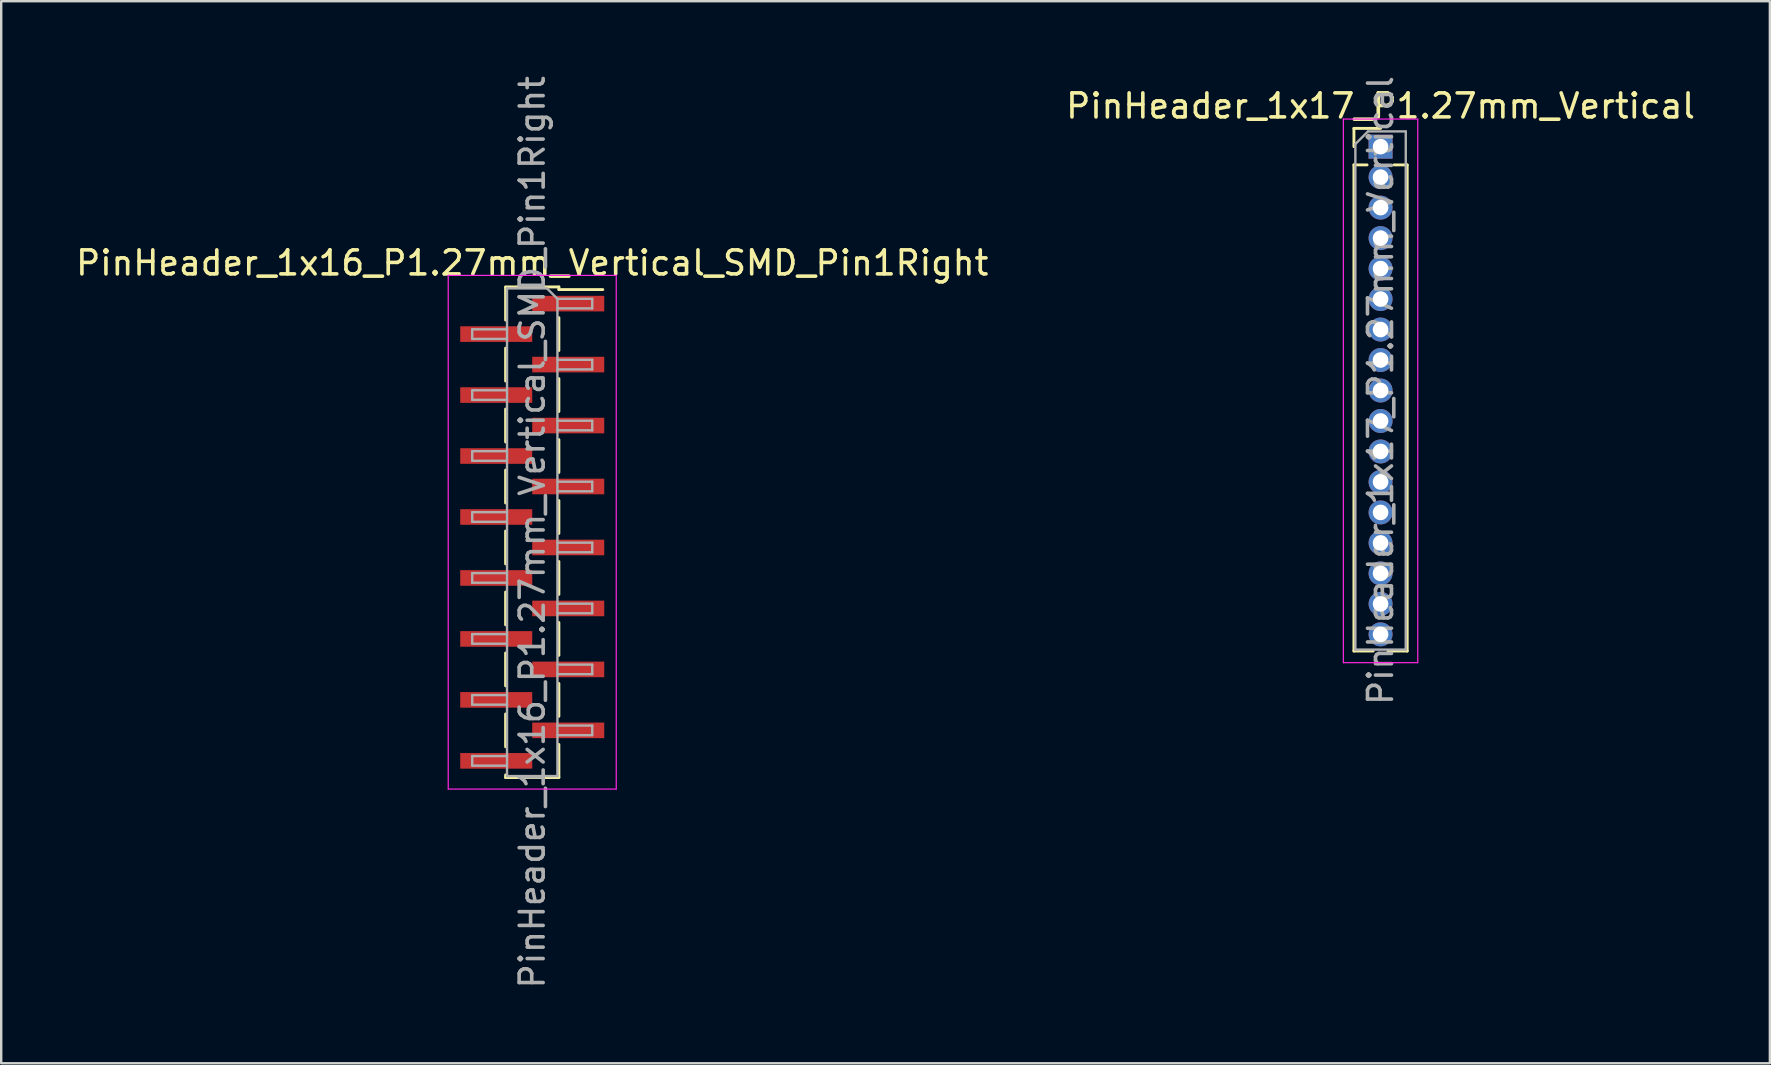
<source format=kicad_pcb>
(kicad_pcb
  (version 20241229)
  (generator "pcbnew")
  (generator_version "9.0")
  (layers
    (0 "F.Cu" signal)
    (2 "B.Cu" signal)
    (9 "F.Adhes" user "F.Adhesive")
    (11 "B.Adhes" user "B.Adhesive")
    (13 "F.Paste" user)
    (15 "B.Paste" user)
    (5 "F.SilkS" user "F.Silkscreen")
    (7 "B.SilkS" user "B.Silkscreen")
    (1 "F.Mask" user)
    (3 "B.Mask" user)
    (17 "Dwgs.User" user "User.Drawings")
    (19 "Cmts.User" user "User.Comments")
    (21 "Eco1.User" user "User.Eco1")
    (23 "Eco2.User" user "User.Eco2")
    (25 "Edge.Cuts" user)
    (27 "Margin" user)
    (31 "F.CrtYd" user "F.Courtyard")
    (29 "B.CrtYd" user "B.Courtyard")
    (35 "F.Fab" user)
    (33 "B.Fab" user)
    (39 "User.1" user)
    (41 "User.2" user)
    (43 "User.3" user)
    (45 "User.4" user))
  (footprint "PinHeader_1x16_P1.27mm_Vertical_SMD_Pin1Right"
    (layer "F.Cu")
    (at 19.125 19.125)
    (property "Reference" "PinHeader_1x16_P1.27mm_Vertical_SMD_Pin1Right" (at 0 -11.22 0) (layer "F.SilkS") (effects (font (size 1 1) (thickness 0.15))))
    (attr smd)
    (fp_line (start -1.11 -10.22) (end 1.11 -10.22) (stroke (width 0.12) (type solid)) (layer "F.SilkS"))
    (fp_line (start -1.11 -10.21) (end -1.11 -8.84) (stroke (width 0.12) (type solid)) (layer "F.SilkS"))
    (fp_line (start -1.11 -7.67) (end -1.11 -6.3) (stroke (width 0.12) (type solid)) (layer "F.SilkS"))
    (fp_line (start -1.11 -5.13) (end -1.11 -3.76) (stroke (width 0.12) (type solid)) (layer "F.SilkS"))
    (fp_line (start -1.11 -2.59) (end -1.11 -1.22) (stroke (width 0.12) (type solid)) (layer "F.SilkS"))
    (fp_line (start -1.11 -0.05) (end -1.11 1.32) (stroke (width 0.12) (type solid)) (layer "F.SilkS"))
    (fp_line (start -1.11 2.49) (end -1.11 3.86) (stroke (width 0.12) (type solid)) (layer "F.SilkS"))
    (fp_line (start -1.11 5.03) (end -1.11 6.4) (stroke (width 0.12) (type solid)) (layer "F.SilkS"))
    (fp_line (start -1.11 7.57) (end -1.11 8.94) (stroke (width 0.12) (type solid)) (layer "F.SilkS"))
    (fp_line (start -1.11 10.11) (end -1.11 10.22) (stroke (width 0.12) (type solid)) (layer "F.SilkS"))
    (fp_line (start -1.11 10.22) (end 1.11 10.22) (stroke (width 0.12) (type solid)) (layer "F.SilkS"))
    (fp_line (start 1.11 -10.22) (end 1.11 -10.11) (stroke (width 0.12) (type solid)) (layer "F.SilkS"))
    (fp_line (start 1.11 -10.11) (end 2.94 -10.11) (stroke (width 0.12) (type solid)) (layer "F.SilkS"))
    (fp_line (start 1.11 -8.94) (end 1.11 -7.57) (stroke (width 0.12) (type solid)) (layer "F.SilkS"))
    (fp_line (start 1.11 -6.4) (end 1.11 -5.03) (stroke (width 0.12) (type solid)) (layer "F.SilkS"))
    (fp_line (start 1.11 -3.86) (end 1.11 -2.49) (stroke (width 0.12) (type solid)) (layer "F.SilkS"))
    (fp_line (start 1.11 -1.32) (end 1.11 0.05) (stroke (width 0.12) (type solid)) (layer "F.SilkS"))
    (fp_line (start 1.11 1.22) (end 1.11 2.59) (stroke (width 0.12) (type solid)) (layer "F.SilkS"))
    (fp_line (start 1.11 3.76) (end 1.11 5.13) (stroke (width 0.12) (type solid)) (layer "F.SilkS"))
    (fp_line (start 1.11 6.3) (end 1.11 7.67) (stroke (width 0.12) (type solid)) (layer "F.SilkS"))
    (fp_line (start 1.11 8.84) (end 1.11 10.21) (stroke (width 0.12) (type solid)) (layer "F.SilkS"))
    (fp_line (start -3.5 -10.7) (end -3.5 10.7) (stroke (width 0.05) (type solid)) (layer "F.CrtYd"))
    (fp_line (start -3.5 10.7) (end 3.5 10.7) (stroke (width 0.05) (type solid)) (layer "F.CrtYd"))
    (fp_line (start 3.5 -10.7) (end -3.5 -10.7) (stroke (width 0.05) (type solid)) (layer "F.CrtYd"))
    (fp_line (start 3.5 10.7) (end 3.5 -10.7) (stroke (width 0.05) (type solid)) (layer "F.CrtYd"))
    (fp_line (start -2.5 -8.455) (end -2.5 -8.055) (stroke (width 0.1) (type solid)) (layer "F.Fab"))
    (fp_line (start -2.5 -8.055) (end -1.05 -8.055) (stroke (width 0.1) (type solid)) (layer "F.Fab"))
    (fp_line (start -2.5 -5.915) (end -2.5 -5.515) (stroke (width 0.1) (type solid)) (layer "F.Fab"))
    (fp_line (start -2.5 -5.515) (end -1.05 -5.515) (stroke (width 0.1) (type solid)) (layer "F.Fab"))
    (fp_line (start -2.5 -3.375) (end -2.5 -2.975) (stroke (width 0.1) (type solid)) (layer "F.Fab"))
    (fp_line (start -2.5 -2.975) (end -1.05 -2.975) (stroke (width 0.1) (type solid)) (layer "F.Fab"))
    (fp_line (start -2.5 -0.835) (end -2.5 -0.435) (stroke (width 0.1) (type solid)) (layer "F.Fab"))
    (fp_line (start -2.5 -0.435) (end -1.05 -0.435) (stroke (width 0.1) (type solid)) (layer "F.Fab"))
    (fp_line (start -2.5 1.705) (end -2.5 2.105) (stroke (width 0.1) (type solid)) (layer "F.Fab"))
    (fp_line (start -2.5 2.105) (end -1.05 2.105) (stroke (width 0.1) (type solid)) (layer "F.Fab"))
    (fp_line (start -2.5 4.245) (end -2.5 4.645) (stroke (width 0.1) (type solid)) (layer "F.Fab"))
    (fp_line (start -2.5 4.645) (end -1.05 4.645) (stroke (width 0.1) (type solid)) (layer "F.Fab"))
    (fp_line (start -2.5 6.785) (end -2.5 7.185) (stroke (width 0.1) (type solid)) (layer "F.Fab"))
    (fp_line (start -2.5 7.185) (end -1.05 7.185) (stroke (width 0.1) (type solid)) (layer "F.Fab"))
    (fp_line (start -2.5 9.325) (end -2.5 9.725) (stroke (width 0.1) (type solid)) (layer "F.Fab"))
    (fp_line (start -2.5 9.725) (end -1.05 9.725) (stroke (width 0.1) (type solid)) (layer "F.Fab"))
    (fp_line (start -1.05 -10.16) (end -1.05 10.16) (stroke (width 0.1) (type solid)) (layer "F.Fab"))
    (fp_line (start -1.05 -10.16) (end 0.615 -10.16) (stroke (width 0.1) (type solid)) (layer "F.Fab"))
    (fp_line (start -1.05 -8.455) (end -2.5 -8.455) (stroke (width 0.1) (type solid)) (layer "F.Fab"))
    (fp_line (start -1.05 -5.915) (end -2.5 -5.915) (stroke (width 0.1) (type solid)) (layer "F.Fab"))
    (fp_line (start -1.05 -3.375) (end -2.5 -3.375) (stroke (width 0.1) (type solid)) (layer "F.Fab"))
    (fp_line (start -1.05 -0.835) (end -2.5 -0.835) (stroke (width 0.1) (type solid)) (layer "F.Fab"))
    (fp_line (start -1.05 1.705) (end -2.5 1.705) (stroke (width 0.1) (type solid)) (layer "F.Fab"))
    (fp_line (start -1.05 4.245) (end -2.5 4.245) (stroke (width 0.1) (type solid)) (layer "F.Fab"))
    (fp_line (start -1.05 6.785) (end -2.5 6.785) (stroke (width 0.1) (type solid)) (layer "F.Fab"))
    (fp_line (start -1.05 9.325) (end -2.5 9.325) (stroke (width 0.1) (type solid)) (layer "F.Fab"))
    (fp_line (start 1.05 -9.725) (end 0.615 -10.16) (stroke (width 0.1) (type solid)) (layer "F.Fab"))
    (fp_line (start 1.05 -9.725) (end 2.5 -9.725) (stroke (width 0.1) (type solid)) (layer "F.Fab"))
    (fp_line (start 1.05 -7.185) (end 2.5 -7.185) (stroke (width 0.1) (type solid)) (layer "F.Fab"))
    (fp_line (start 1.05 -4.645) (end 2.5 -4.645) (stroke (width 0.1) (type solid)) (layer "F.Fab"))
    (fp_line (start 1.05 -2.105) (end 2.5 -2.105) (stroke (width 0.1) (type solid)) (layer "F.Fab"))
    (fp_line (start 1.05 0.435) (end 2.5 0.435) (stroke (width 0.1) (type solid)) (layer "F.Fab"))
    (fp_line (start 1.05 2.975) (end 2.5 2.975) (stroke (width 0.1) (type solid)) (layer "F.Fab"))
    (fp_line (start 1.05 5.515) (end 2.5 5.515) (stroke (width 0.1) (type solid)) (layer "F.Fab"))
    (fp_line (start 1.05 8.055) (end 2.5 8.055) (stroke (width 0.1) (type solid)) (layer "F.Fab"))
    (fp_line (start 1.05 10.16) (end -1.05 10.16) (stroke (width 0.1) (type solid)) (layer "F.Fab"))
    (fp_line (start 1.05 10.16) (end 1.05 -9.725) (stroke (width 0.1) (type solid)) (layer "F.Fab"))
    (fp_line (start 2.5 -9.725) (end 2.5 -9.325) (stroke (width 0.1) (type solid)) (layer "F.Fab"))
    (fp_line (start 2.5 -9.325) (end 1.05 -9.325) (stroke (width 0.1) (type solid)) (layer "F.Fab"))
    (fp_line (start 2.5 -7.185) (end 2.5 -6.785) (stroke (width 0.1) (type solid)) (layer "F.Fab"))
    (fp_line (start 2.5 -6.785) (end 1.05 -6.785) (stroke (width 0.1) (type solid)) (layer "F.Fab"))
    (fp_line (start 2.5 -4.645) (end 2.5 -4.245) (stroke (width 0.1) (type solid)) (layer "F.Fab"))
    (fp_line (start 2.5 -4.245) (end 1.05 -4.245) (stroke (width 0.1) (type solid)) (layer "F.Fab"))
    (fp_line (start 2.5 -2.105) (end 2.5 -1.705) (stroke (width 0.1) (type solid)) (layer "F.Fab"))
    (fp_line (start 2.5 -1.705) (end 1.05 -1.705) (stroke (width 0.1) (type solid)) (layer "F.Fab"))
    (fp_line (start 2.5 0.435) (end 2.5 0.835) (stroke (width 0.1) (type solid)) (layer "F.Fab"))
    (fp_line (start 2.5 0.835) (end 1.05 0.835) (stroke (width 0.1) (type solid)) (layer "F.Fab"))
    (fp_line (start 2.5 2.975) (end 2.5 3.375) (stroke (width 0.1) (type solid)) (layer "F.Fab"))
    (fp_line (start 2.5 3.375) (end 1.05 3.375) (stroke (width 0.1) (type solid)) (layer "F.Fab"))
    (fp_line (start 2.5 5.515) (end 2.5 5.915) (stroke (width 0.1) (type solid)) (layer "F.Fab"))
    (fp_line (start 2.5 5.915) (end 1.05 5.915) (stroke (width 0.1) (type solid)) (layer "F.Fab"))
    (fp_line (start 2.5 8.055) (end 2.5 8.455) (stroke (width 0.1) (type solid)) (layer "F.Fab"))
    (fp_line (start 2.5 8.455) (end 1.05 8.455) (stroke (width 0.1) (type solid)) (layer "F.Fab"))
    (fp_text user "${REFERENCE}" (at 0 0 90) (layer "F.Fab") (effects (font (size 1 1) (thickness 0.15))))
    (pad "1" smd rect (at 1.5 -9.525) (size 3 0.65) (layers "F.Cu" "F.Mask" "F.Paste"))
    (pad "2" smd rect (at -1.5 -8.255) (size 3 0.65) (layers "F.Cu" "F.Mask" "F.Paste"))
    (pad "3" smd rect (at 1.5 -6.985) (size 3 0.65) (layers "F.Cu" "F.Mask" "F.Paste"))
    (pad "4" smd rect (at -1.5 -5.715) (size 3 0.65) (layers "F.Cu" "F.Mask" "F.Paste"))
    (pad "5" smd rect (at 1.5 -4.445) (size 3 0.65) (layers "F.Cu" "F.Mask" "F.Paste"))
    (pad "6" smd rect (at -1.5 -3.175) (size 3 0.65) (layers "F.Cu" "F.Mask" "F.Paste"))
    (pad "7" smd rect (at 1.5 -1.905) (size 3 0.65) (layers "F.Cu" "F.Mask" "F.Paste"))
    (pad "8" smd rect (at -1.5 -0.635) (size 3 0.65) (layers "F.Cu" "F.Mask" "F.Paste"))
    (pad "9" smd rect (at 1.5 0.635) (size 3 0.65) (layers "F.Cu" "F.Mask" "F.Paste"))
    (pad "10" smd rect (at -1.5 1.905) (size 3 0.65) (layers "F.Cu" "F.Mask" "F.Paste"))
    (pad "11" smd rect (at 1.5 3.175) (size 3 0.65) (layers "F.Cu" "F.Mask" "F.Paste"))
    (pad "12" smd rect (at -1.5 4.445) (size 3 0.65) (layers "F.Cu" "F.Mask" "F.Paste"))
    (pad "13" smd rect (at 1.5 5.715) (size 3 0.65) (layers "F.Cu" "F.Mask" "F.Paste"))
    (pad "14" smd rect (at -1.5 6.985) (size 3 0.65) (layers "F.Cu" "F.Mask" "F.Paste"))
    (pad "15" smd rect (at 1.5 8.255) (size 3 0.65) (layers "F.Cu" "F.Mask" "F.Paste"))
    (pad "16" smd rect (at -1.5 9.525) (size 3 0.65) (layers "F.Cu" "F.Mask" "F.Paste")))
  (footprint "PinHeader_1x17_P1.27mm_Vertical"
    (layer "F.Cu")
    (at 54.47 3.06)
    (property "Reference" "PinHeader_1x17_P1.27mm_Vertical" (at 0 -1.695 0) (layer "F.SilkS") (effects (font (size 1 1) (thickness 0.15))))
    (attr through_hole)
    (fp_line (start -1.11 -0.76) (end 0 -0.76) (stroke (width 0.12) (type solid)) (layer "F.SilkS"))
    (fp_line (start -1.11 0) (end -1.11 -0.76) (stroke (width 0.12) (type solid)) (layer "F.SilkS"))
    (fp_line (start -1.11 0.76) (end -1.11 21.015) (stroke (width 0.12) (type solid)) (layer "F.SilkS"))
    (fp_line (start -1.11 0.76) (end -0.563 0.76) (stroke (width 0.12) (type solid)) (layer "F.SilkS"))
    (fp_line (start -1.11 21.015) (end -0.308 21.015) (stroke (width 0.12) (type solid)) (layer "F.SilkS"))
    (fp_line (start 0.308 21.015) (end 1.11 21.015) (stroke (width 0.12) (type solid)) (layer "F.SilkS"))
    (fp_line (start 0.563 0.76) (end 1.11 0.76) (stroke (width 0.12) (type solid)) (layer "F.SilkS"))
    (fp_line (start 1.11 0.76) (end 1.11 21.015) (stroke (width 0.12) (type solid)) (layer "F.SilkS"))
    (fp_line (start -1.55 -1.15) (end -1.55 21.5) (stroke (width 0.05) (type solid)) (layer "F.CrtYd"))
    (fp_line (start -1.55 21.5) (end 1.55 21.5) (stroke (width 0.05) (type solid)) (layer "F.CrtYd"))
    (fp_line (start 1.55 -1.15) (end -1.55 -1.15) (stroke (width 0.05) (type solid)) (layer "F.CrtYd"))
    (fp_line (start 1.55 21.5) (end 1.55 -1.15) (stroke (width 0.05) (type solid)) (layer "F.CrtYd"))
    (fp_line (start -1.05 -0.11) (end -0.525 -0.635) (stroke (width 0.1) (type solid)) (layer "F.Fab"))
    (fp_line (start -1.05 20.955) (end -1.05 -0.11) (stroke (width 0.1) (type solid)) (layer "F.Fab"))
    (fp_line (start -0.525 -0.635) (end 1.05 -0.635) (stroke (width 0.1) (type solid)) (layer "F.Fab"))
    (fp_line (start 1.05 -0.635) (end 1.05 20.955) (stroke (width 0.1) (type solid)) (layer "F.Fab"))
    (fp_line (start 1.05 20.955) (end -1.05 20.955) (stroke (width 0.1) (type solid)) (layer "F.Fab"))
    (fp_text user "${REFERENCE}" (at 0 10.16 90) (layer "F.Fab") (effects (font (size 1 1) (thickness 0.15))))
    (pad "1" thru_hole rect (at 0 0) (size 1 1) (drill 0.65) (layers "*.Cu" "*.Mask"))
    (pad "2" thru_hole oval (at 0 1.27) (size 1 1) (drill 0.65) (layers "*.Cu" "*.Mask"))
    (pad "3" thru_hole oval (at 0 2.54) (size 1 1) (drill 0.65) (layers "*.Cu" "*.Mask"))
    (pad "4" thru_hole oval (at 0 3.81) (size 1 1) (drill 0.65) (layers "*.Cu" "*.Mask"))
    (pad "5" thru_hole oval (at 0 5.08) (size 1 1) (drill 0.65) (layers "*.Cu" "*.Mask"))
    (pad "6" thru_hole oval (at 0 6.35) (size 1 1) (drill 0.65) (layers "*.Cu" "*.Mask"))
    (pad "7" thru_hole oval (at 0 7.62) (size 1 1) (drill 0.65) (layers "*.Cu" "*.Mask"))
    (pad "8" thru_hole oval (at 0 8.89) (size 1 1) (drill 0.65) (layers "*.Cu" "*.Mask"))
    (pad "9" thru_hole oval (at 0 10.16) (size 1 1) (drill 0.65) (layers "*.Cu" "*.Mask"))
    (pad "10" thru_hole oval (at 0 11.43) (size 1 1) (drill 0.65) (layers "*.Cu" "*.Mask"))
    (pad "11" thru_hole oval (at 0 12.7) (size 1 1) (drill 0.65) (layers "*.Cu" "*.Mask"))
    (pad "12" thru_hole oval (at 0 13.97) (size 1 1) (drill 0.65) (layers "*.Cu" "*.Mask"))
    (pad "13" thru_hole oval (at 0 15.24) (size 1 1) (drill 0.65) (layers "*.Cu" "*.Mask"))
    (pad "14" thru_hole oval (at 0 16.51) (size 1 1) (drill 0.65) (layers "*.Cu" "*.Mask"))
    (pad "15" thru_hole oval (at 0 17.78) (size 1 1) (drill 0.65) (layers "*.Cu" "*.Mask"))
    (pad "16" thru_hole oval (at 0 19.05) (size 1 1) (drill 0.65) (layers "*.Cu" "*.Mask"))
    (pad "17" thru_hole oval (at 0 20.32) (size 1 1) (drill 0.65) (layers "*.Cu" "*.Mask")))
  (gr_rect
    (start -3 -3)
    (end 70.69 41.25)
    (stroke (width 0.1) (type default))
    (fill no)
    (layer "Edge.Cuts")))
</source>
